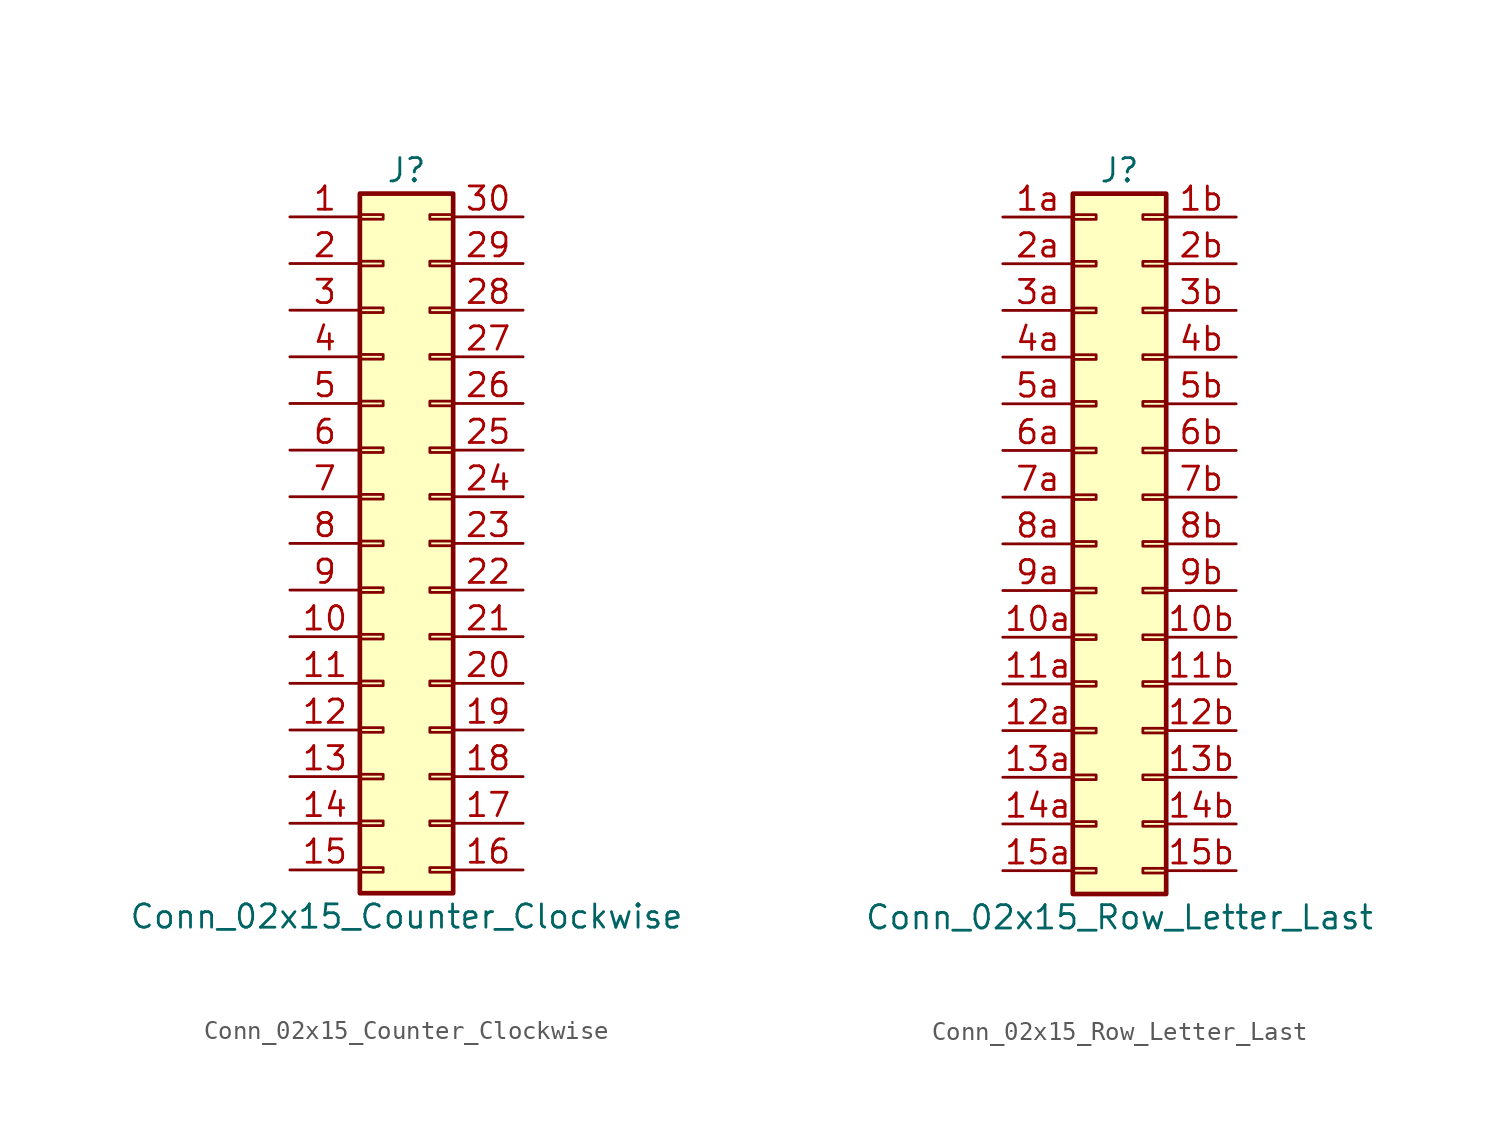
<source format=kicad_sym>
(kicad_symbol_lib
  (version 20201005)
  (generator kicad_symbol_editor)
  (symbol "Conn_02x15_Counter_Clockwise"
    (pin_names
      (offset 1.016) hide)
    (property "Reference" "J"
      (at 1.27 20.32 0)
      (effects (font (size 1.27 1.27))))
    (property "Value" "Conn_02x15_Counter_Clockwise"
      (at 1.27 -20.32 0)
      (effects (font (size 1.27 1.27))))
    (symbol "Conn_02x15_Counter_Clockwise_1_1"
      (rectangle (start -1.27 -17.653) (end 0 -17.907) (stroke (width 0.152)) (fill (type none)))
      (rectangle (start -1.27 -15.113) (end 0 -15.367) (stroke (width 0.152)) (fill (type none)))
      (rectangle (start -1.27 -12.573) (end 0 -12.827) (stroke (width 0.152)) (fill (type none)))
      (rectangle (start -1.27 -10.033) (end 0 -10.287) (stroke (width 0.152)) (fill (type none)))
      (rectangle (start -1.27 -7.493) (end 0 -7.747) (stroke (width 0.152)) (fill (type none)))
      (rectangle (start -1.27 -4.953) (end 0 -5.207) (stroke (width 0.152)) (fill (type none)))
      (rectangle (start -1.27 -2.413) (end 0 -2.667) (stroke (width 0.152)) (fill (type none)))
      (rectangle (start -1.27 0.127) (end 0 -0.127) (stroke (width 0.152)) (fill (type none)))
      (rectangle (start -1.27 2.667) (end 0 2.413) (stroke (width 0.152)) (fill (type none)))
      (rectangle (start -1.27 5.207) (end 0 4.953) (stroke (width 0.152)) (fill (type none)))
      (rectangle (start -1.27 7.747) (end 0 7.493) (stroke (width 0.152)) (fill (type none)))
      (rectangle (start -1.27 10.287) (end 0 10.033) (stroke (width 0.152)) (fill (type none)))
      (rectangle (start -1.27 12.827) (end 0 12.573) (stroke (width 0.152)) (fill (type none)))
      (rectangle (start -1.27 15.367) (end 0 15.113) (stroke (width 0.152)) (fill (type none)))
      (rectangle (start -1.27 17.907) (end 0 17.653) (stroke (width 0.152)) (fill (type none)))
      (rectangle (start -1.27 19.05) (end 3.81 -19.05) (stroke (width 0.254)) (fill (type background)))
      (rectangle (start 3.81 -17.653) (end 2.54 -17.907) (stroke (width 0.152)) (fill (type none)))
      (rectangle (start 3.81 -15.113) (end 2.54 -15.367) (stroke (width 0.152)) (fill (type none)))
      (rectangle (start 3.81 -12.573) (end 2.54 -12.827) (stroke (width 0.152)) (fill (type none)))
      (rectangle (start 3.81 -10.033) (end 2.54 -10.287) (stroke (width 0.152)) (fill (type none)))
      (rectangle (start 3.81 -7.493) (end 2.54 -7.747) (stroke (width 0.152)) (fill (type none)))
      (rectangle (start 3.81 -4.953) (end 2.54 -5.207) (stroke (width 0.152)) (fill (type none)))
      (rectangle (start 3.81 -2.413) (end 2.54 -2.667) (stroke (width 0.152)) (fill (type none)))
      (rectangle (start 3.81 0.127) (end 2.54 -0.127) (stroke (width 0.152)) (fill (type none)))
      (rectangle (start 3.81 2.667) (end 2.54 2.413) (stroke (width 0.152)) (fill (type none)))
      (rectangle (start 3.81 5.207) (end 2.54 4.953) (stroke (width 0.152)) (fill (type none)))
      (rectangle (start 3.81 7.747) (end 2.54 7.493) (stroke (width 0.152)) (fill (type none)))
      (rectangle (start 3.81 10.287) (end 2.54 10.033) (stroke (width 0.152)) (fill (type none)))
      (rectangle (start 3.81 12.827) (end 2.54 12.573) (stroke (width 0.152)) (fill (type none)))
      (rectangle (start 3.81 15.367) (end 2.54 15.113) (stroke (width 0.152)) (fill (type none)))
      (rectangle (start 3.81 17.907) (end 2.54 17.653) (stroke (width 0.152)) (fill (type none)))
      (pin passive line (at -5.08 17.78 0) (length 3.81) (name "Pin_1" (effects (font (size 1.27 1.27)))) (number "1" (effects (font (size 1.27 1.27)))))
      (pin passive line (at -5.08 -5.08 0) (length 3.81) (name "Pin_10" (effects (font (size 1.27 1.27)))) (number "10" (effects (font (size 1.27 1.27)))))
      (pin passive line (at -5.08 -7.62 0) (length 3.81) (name "Pin_11" (effects (font (size 1.27 1.27)))) (number "11" (effects (font (size 1.27 1.27)))))
      (pin passive line (at -5.08 -10.16 0) (length 3.81) (name "Pin_12" (effects (font (size 1.27 1.27)))) (number "12" (effects (font (size 1.27 1.27)))))
      (pin passive line (at -5.08 -12.7 0) (length 3.81) (name "Pin_13" (effects (font (size 1.27 1.27)))) (number "13" (effects (font (size 1.27 1.27)))))
      (pin passive line (at -5.08 -15.24 0) (length 3.81) (name "Pin_14" (effects (font (size 1.27 1.27)))) (number "14" (effects (font (size 1.27 1.27)))))
      (pin passive line (at -5.08 -17.78 0) (length 3.81) (name "Pin_15" (effects (font (size 1.27 1.27)))) (number "15" (effects (font (size 1.27 1.27)))))
      (pin passive line (at 7.62 -17.78 180) (length 3.81) (name "Pin_16" (effects (font (size 1.27 1.27)))) (number "16" (effects (font (size 1.27 1.27)))))
      (pin passive line (at 7.62 -15.24 180) (length 3.81) (name "Pin_17" (effects (font (size 1.27 1.27)))) (number "17" (effects (font (size 1.27 1.27)))))
      (pin passive line (at 7.62 -12.7 180) (length 3.81) (name "Pin_18" (effects (font (size 1.27 1.27)))) (number "18" (effects (font (size 1.27 1.27)))))
      (pin passive line (at 7.62 -10.16 180) (length 3.81) (name "Pin_19" (effects (font (size 1.27 1.27)))) (number "19" (effects (font (size 1.27 1.27)))))
      (pin passive line (at -5.08 15.24 0) (length 3.81) (name "Pin_2" (effects (font (size 1.27 1.27)))) (number "2" (effects (font (size 1.27 1.27)))))
      (pin passive line (at 7.62 -7.62 180) (length 3.81) (name "Pin_20" (effects (font (size 1.27 1.27)))) (number "20" (effects (font (size 1.27 1.27)))))
      (pin passive line (at 7.62 -5.08 180) (length 3.81) (name "Pin_21" (effects (font (size 1.27 1.27)))) (number "21" (effects (font (size 1.27 1.27)))))
      (pin passive line (at 7.62 -2.54 180) (length 3.81) (name "Pin_22" (effects (font (size 1.27 1.27)))) (number "22" (effects (font (size 1.27 1.27)))))
      (pin passive line (at 7.62 0 180) (length 3.81) (name "Pin_23" (effects (font (size 1.27 1.27)))) (number "23" (effects (font (size 1.27 1.27)))))
      (pin passive line (at 7.62 2.54 180) (length 3.81) (name "Pin_24" (effects (font (size 1.27 1.27)))) (number "24" (effects (font (size 1.27 1.27)))))
      (pin passive line (at 7.62 5.08 180) (length 3.81) (name "Pin_25" (effects (font (size 1.27 1.27)))) (number "25" (effects (font (size 1.27 1.27)))))
      (pin passive line (at 7.62 7.62 180) (length 3.81) (name "Pin_26" (effects (font (size 1.27 1.27)))) (number "26" (effects (font (size 1.27 1.27)))))
      (pin passive line (at 7.62 10.16 180) (length 3.81) (name "Pin_27" (effects (font (size 1.27 1.27)))) (number "27" (effects (font (size 1.27 1.27)))))
      (pin passive line (at 7.62 12.7 180) (length 3.81) (name "Pin_28" (effects (font (size 1.27 1.27)))) (number "28" (effects (font (size 1.27 1.27)))))
      (pin passive line (at 7.62 15.24 180) (length 3.81) (name "Pin_29" (effects (font (size 1.27 1.27)))) (number "29" (effects (font (size 1.27 1.27)))))
      (pin passive line (at -5.08 12.7 0) (length 3.81) (name "Pin_3" (effects (font (size 1.27 1.27)))) (number "3" (effects (font (size 1.27 1.27)))))
      (pin passive line (at 7.62 17.78 180) (length 3.81) (name "Pin_30" (effects (font (size 1.27 1.27)))) (number "30" (effects (font (size 1.27 1.27)))))
      (pin passive line (at -5.08 10.16 0) (length 3.81) (name "Pin_4" (effects (font (size 1.27 1.27)))) (number "4" (effects (font (size 1.27 1.27)))))
      (pin passive line (at -5.08 7.62 0) (length 3.81) (name "Pin_5" (effects (font (size 1.27 1.27)))) (number "5" (effects (font (size 1.27 1.27)))))
      (pin passive line (at -5.08 5.08 0) (length 3.81) (name "Pin_6" (effects (font (size 1.27 1.27)))) (number "6" (effects (font (size 1.27 1.27)))))
      (pin passive line (at -5.08 2.54 0) (length 3.81) (name "Pin_7" (effects (font (size 1.27 1.27)))) (number "7" (effects (font (size 1.27 1.27)))))
      (pin passive line (at -5.08 0 0) (length 3.81) (name "Pin_8" (effects (font (size 1.27 1.27)))) (number "8" (effects (font (size 1.27 1.27)))))
      (pin passive line (at -5.08 -2.54 0) (length 3.81) (name "Pin_9" (effects (font (size 1.27 1.27)))) (number "9" (effects (font (size 1.27 1.27)))))))
  (symbol "Conn_02x15_Row_Letter_Last"
    (pin_names
      (offset 1.016) hide)
    (property "Reference" "J"
      (at 1.27 20.32 0)
      (effects (font (size 1.27 1.27))))
    (property "Value" "Conn_02x15_Row_Letter_Last"
      (at 1.27 -20.32 0)
      (effects (font (size 1.27 1.27))))
    (symbol "Conn_02x15_Row_Letter_Last_1_1"
      (rectangle (start -1.27 -17.653) (end 0 -17.907) (stroke (width 0.152)) (fill (type none)))
      (rectangle (start -1.27 -15.113) (end 0 -15.367) (stroke (width 0.152)) (fill (type none)))
      (rectangle (start -1.27 -12.573) (end 0 -12.827) (stroke (width 0.152)) (fill (type none)))
      (rectangle (start -1.27 -10.033) (end 0 -10.287) (stroke (width 0.152)) (fill (type none)))
      (rectangle (start -1.27 -7.493) (end 0 -7.747) (stroke (width 0.152)) (fill (type none)))
      (rectangle (start -1.27 -4.953) (end 0 -5.207) (stroke (width 0.152)) (fill (type none)))
      (rectangle (start -1.27 -2.413) (end 0 -2.667) (stroke (width 0.152)) (fill (type none)))
      (rectangle (start -1.27 0.127) (end 0 -0.127) (stroke (width 0.152)) (fill (type none)))
      (rectangle (start -1.27 2.667) (end 0 2.413) (stroke (width 0.152)) (fill (type none)))
      (rectangle (start -1.27 5.207) (end 0 4.953) (stroke (width 0.152)) (fill (type none)))
      (rectangle (start -1.27 7.747) (end 0 7.493) (stroke (width 0.152)) (fill (type none)))
      (rectangle (start -1.27 10.287) (end 0 10.033) (stroke (width 0.152)) (fill (type none)))
      (rectangle (start -1.27 12.827) (end 0 12.573) (stroke (width 0.152)) (fill (type none)))
      (rectangle (start -1.27 15.367) (end 0 15.113) (stroke (width 0.152)) (fill (type none)))
      (rectangle (start -1.27 17.907) (end 0 17.653) (stroke (width 0.152)) (fill (type none)))
      (rectangle (start -1.27 19.05) (end 3.81 -19.05) (stroke (width 0.254)) (fill (type background)))
      (rectangle (start 3.81 -17.653) (end 2.54 -17.907) (stroke (width 0.152)) (fill (type none)))
      (rectangle (start 3.81 -15.113) (end 2.54 -15.367) (stroke (width 0.152)) (fill (type none)))
      (rectangle (start 3.81 -12.573) (end 2.54 -12.827) (stroke (width 0.152)) (fill (type none)))
      (rectangle (start 3.81 -10.033) (end 2.54 -10.287) (stroke (width 0.152)) (fill (type none)))
      (rectangle (start 3.81 -7.493) (end 2.54 -7.747) (stroke (width 0.152)) (fill (type none)))
      (rectangle (start 3.81 -4.953) (end 2.54 -5.207) (stroke (width 0.152)) (fill (type none)))
      (rectangle (start 3.81 -2.413) (end 2.54 -2.667) (stroke (width 0.152)) (fill (type none)))
      (rectangle (start 3.81 0.127) (end 2.54 -0.127) (stroke (width 0.152)) (fill (type none)))
      (rectangle (start 3.81 2.667) (end 2.54 2.413) (stroke (width 0.152)) (fill (type none)))
      (rectangle (start 3.81 5.207) (end 2.54 4.953) (stroke (width 0.152)) (fill (type none)))
      (rectangle (start 3.81 7.747) (end 2.54 7.493) (stroke (width 0.152)) (fill (type none)))
      (rectangle (start 3.81 10.287) (end 2.54 10.033) (stroke (width 0.152)) (fill (type none)))
      (rectangle (start 3.81 12.827) (end 2.54 12.573) (stroke (width 0.152)) (fill (type none)))
      (rectangle (start 3.81 15.367) (end 2.54 15.113) (stroke (width 0.152)) (fill (type none)))
      (rectangle (start 3.81 17.907) (end 2.54 17.653) (stroke (width 0.152)) (fill (type none)))
      (pin passive line (at -5.08 -5.08 0) (length 3.81) (name "Pin_10a" (effects (font (size 1.27 1.27)))) (number "10a" (effects (font (size 1.27 1.27)))))
      (pin passive line (at 7.62 -5.08 180) (length 3.81) (name "Pin_10b" (effects (font (size 1.27 1.27)))) (number "10b" (effects (font (size 1.27 1.27)))))
      (pin passive line (at -5.08 -7.62 0) (length 3.81) (name "Pin_11a" (effects (font (size 1.27 1.27)))) (number "11a" (effects (font (size 1.27 1.27)))))
      (pin passive line (at 7.62 -7.62 180) (length 3.81) (name "Pin_11b" (effects (font (size 1.27 1.27)))) (number "11b" (effects (font (size 1.27 1.27)))))
      (pin passive line (at -5.08 -10.16 0) (length 3.81) (name "Pin_12a" (effects (font (size 1.27 1.27)))) (number "12a" (effects (font (size 1.27 1.27)))))
      (pin passive line (at 7.62 -10.16 180) (length 3.81) (name "Pin_12b" (effects (font (size 1.27 1.27)))) (number "12b" (effects (font (size 1.27 1.27)))))
      (pin passive line (at -5.08 -12.7 0) (length 3.81) (name "Pin_13a" (effects (font (size 1.27 1.27)))) (number "13a" (effects (font (size 1.27 1.27)))))
      (pin passive line (at 7.62 -12.7 180) (length 3.81) (name "Pin_13b" (effects (font (size 1.27 1.27)))) (number "13b" (effects (font (size 1.27 1.27)))))
      (pin passive line (at -5.08 -15.24 0) (length 3.81) (name "Pin_14a" (effects (font (size 1.27 1.27)))) (number "14a" (effects (font (size 1.27 1.27)))))
      (pin passive line (at 7.62 -15.24 180) (length 3.81) (name "Pin_14b" (effects (font (size 1.27 1.27)))) (number "14b" (effects (font (size 1.27 1.27)))))
      (pin passive line (at -5.08 -17.78 0) (length 3.81) (name "Pin_15a" (effects (font (size 1.27 1.27)))) (number "15a" (effects (font (size 1.27 1.27)))))
      (pin passive line (at 7.62 -17.78 180) (length 3.81) (name "Pin_15b" (effects (font (size 1.27 1.27)))) (number "15b" (effects (font (size 1.27 1.27)))))
      (pin passive line (at -5.08 17.78 0) (length 3.81) (name "Pin_1a" (effects (font (size 1.27 1.27)))) (number "1a" (effects (font (size 1.27 1.27)))))
      (pin passive line (at 7.62 17.78 180) (length 3.81) (name "Pin_1b" (effects (font (size 1.27 1.27)))) (number "1b" (effects (font (size 1.27 1.27)))))
      (pin passive line (at -5.08 15.24 0) (length 3.81) (name "Pin_2a" (effects (font (size 1.27 1.27)))) (number "2a" (effects (font (size 1.27 1.27)))))
      (pin passive line (at 7.62 15.24 180) (length 3.81) (name "Pin_2b" (effects (font (size 1.27 1.27)))) (number "2b" (effects (font (size 1.27 1.27)))))
      (pin passive line (at -5.08 12.7 0) (length 3.81) (name "Pin_3a" (effects (font (size 1.27 1.27)))) (number "3a" (effects (font (size 1.27 1.27)))))
      (pin passive line (at 7.62 12.7 180) (length 3.81) (name "Pin_3b" (effects (font (size 1.27 1.27)))) (number "3b" (effects (font (size 1.27 1.27)))))
      (pin passive line (at -5.08 10.16 0) (length 3.81) (name "Pin_4a" (effects (font (size 1.27 1.27)))) (number "4a" (effects (font (size 1.27 1.27)))))
      (pin passive line (at 7.62 10.16 180) (length 3.81) (name "Pin_4b" (effects (font (size 1.27 1.27)))) (number "4b" (effects (font (size 1.27 1.27)))))
      (pin passive line (at -5.08 7.62 0) (length 3.81) (name "Pin_5a" (effects (font (size 1.27 1.27)))) (number "5a" (effects (font (size 1.27 1.27)))))
      (pin passive line (at 7.62 7.62 180) (length 3.81) (name "Pin_5b" (effects (font (size 1.27 1.27)))) (number "5b" (effects (font (size 1.27 1.27)))))
      (pin passive line (at -5.08 5.08 0) (length 3.81) (name "Pin_6a" (effects (font (size 1.27 1.27)))) (number "6a" (effects (font (size 1.27 1.27)))))
      (pin passive line (at 7.62 5.08 180) (length 3.81) (name "Pin_6b" (effects (font (size 1.27 1.27)))) (number "6b" (effects (font (size 1.27 1.27)))))
      (pin passive line (at -5.08 2.54 0) (length 3.81) (name "Pin_7a" (effects (font (size 1.27 1.27)))) (number "7a" (effects (font (size 1.27 1.27)))))
      (pin passive line (at 7.62 2.54 180) (length 3.81) (name "Pin_7b" (effects (font (size 1.27 1.27)))) (number "7b" (effects (font (size 1.27 1.27)))))
      (pin passive line (at -5.08 0 0) (length 3.81) (name "Pin_8a" (effects (font (size 1.27 1.27)))) (number "8a" (effects (font (size 1.27 1.27)))))
      (pin passive line (at 7.62 0 180) (length 3.81) (name "Pin_8b" (effects (font (size 1.27 1.27)))) (number "8b" (effects (font (size 1.27 1.27)))))
      (pin passive line (at -5.08 -2.54 0) (length 3.81) (name "Pin_9a" (effects (font (size 1.27 1.27)))) (number "9a" (effects (font (size 1.27 1.27)))))
      (pin passive line (at 7.62 -2.54 180) (length 3.81) (name "Pin_9b" (effects (font (size 1.27 1.27)))) (number "9b" (effects (font (size 1.27 1.27))))))))
</source>
